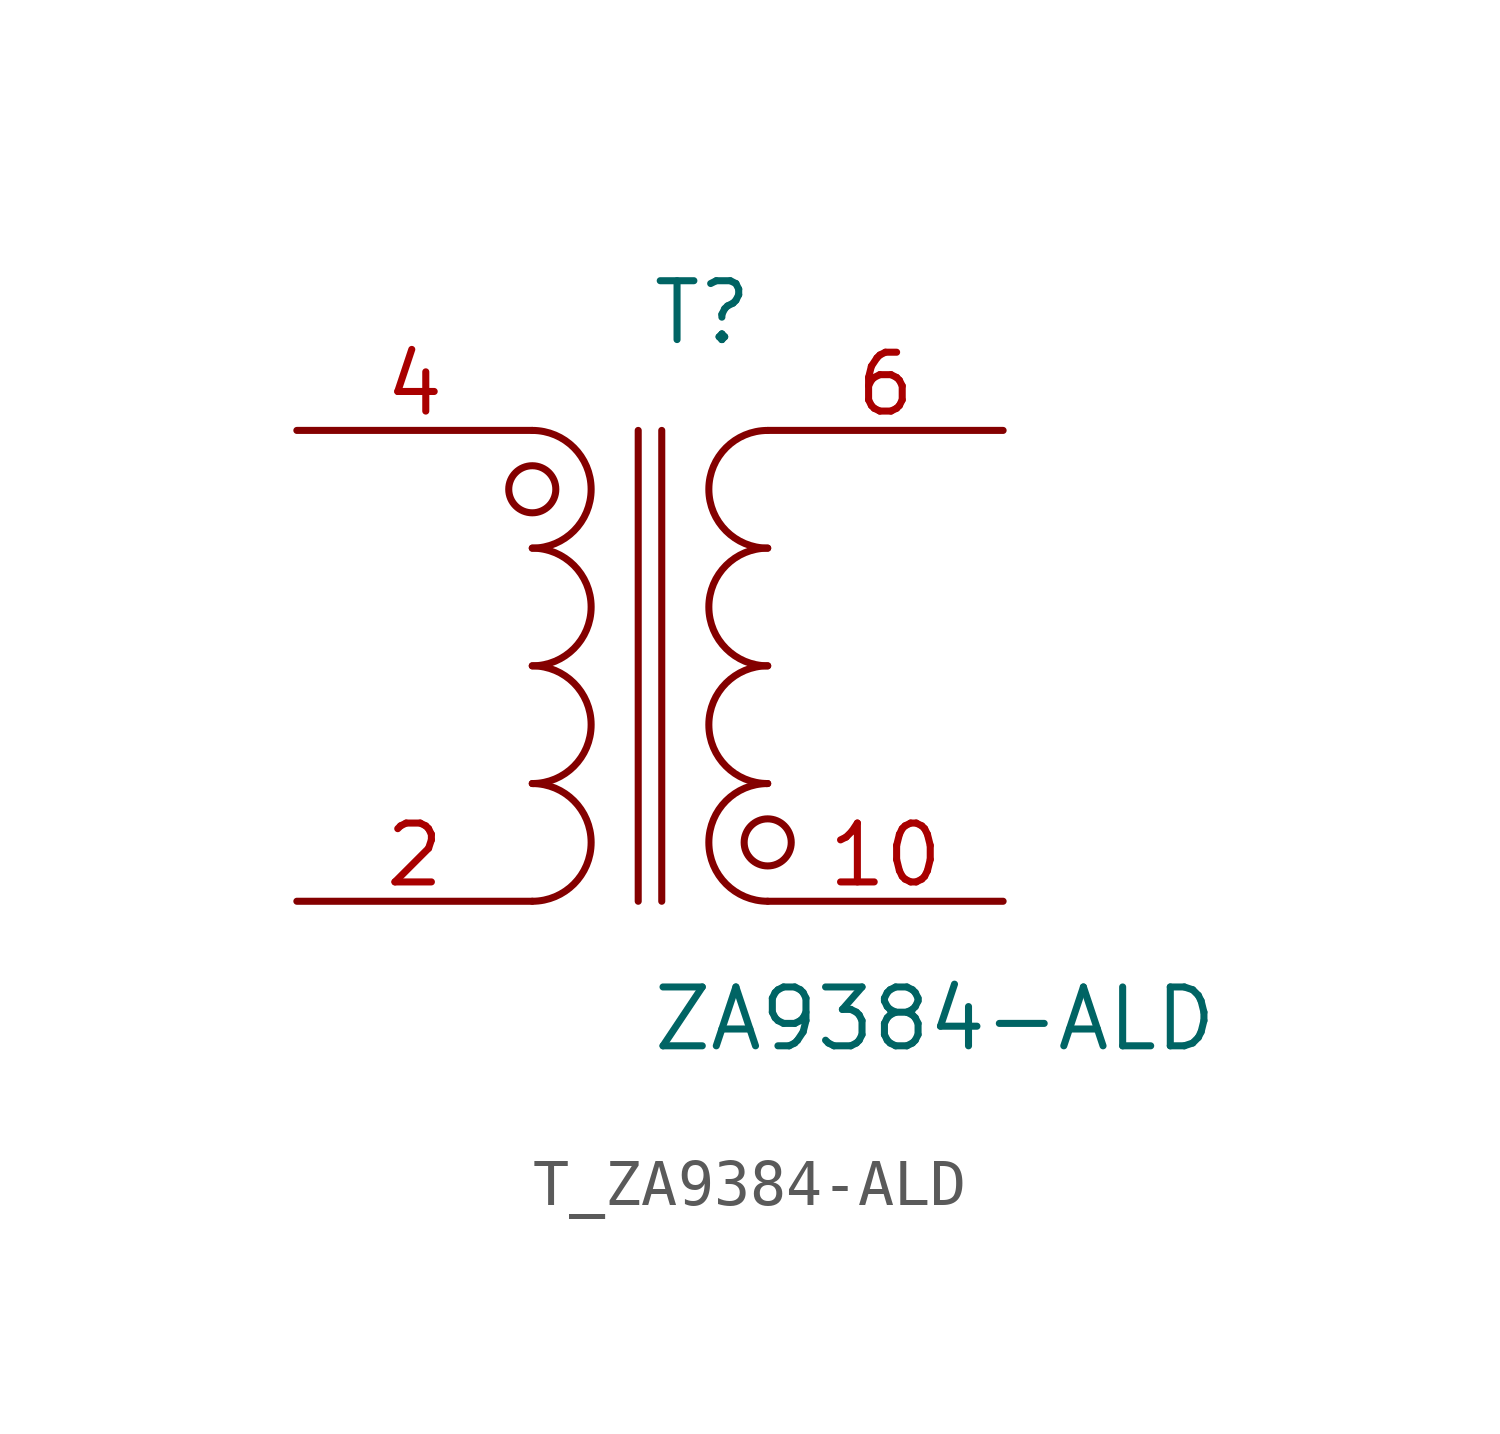
<source format=kicad_sym>
(kicad_symbol_lib
  (version 20231120)
  (generator kicad_symbol_editor)
  (generator_version 8.0)
  (symbol "T_ZA9384-ALD"
    (pin_names
      (offset 0.254))
    (property "Value" "ZA9384-ALD"
      (at 0 -7.62 0)
      (effects (font (size 1.27 1.27)) (justify left)))
    (property "Reference" "T"
      (at 0 7.62 0)
      (effects (font (size 1.27 1.27)) (justify left)))
    (symbol "T_ZA9384-ALD_0_1"
      (arc (start -2.54 -5.08) (mid -1.27 -3.81) (end -2.54 -2.54) (stroke (width 0) (type default)) (fill (type none)))
      (arc (start -2.54 -2.54) (mid -1.27 -1.27) (end -2.54 0.0) (stroke (width 0) (type default)) (fill (type none)))
      (arc (start -2.54 0.0) (mid -1.27 1.27) (end -2.54 2.54) (stroke (width 0) (type default)) (fill (type none)))
      (arc (start -2.54 2.54) (mid -1.27 3.81) (end -2.54 5.08) (stroke (width 0) (type default)) (fill (type none)))
      (arc (start 2.54 5.08) (mid 1.27 3.81) (end 2.54 2.54) (stroke (width 0) (type default)) (fill (type none)))
      (arc (start 2.54 2.54) (mid 1.27 1.27) (end 2.54 0.0) (stroke (width 0) (type default)) (fill (type none)))
      (arc (start 2.54 0.0) (mid 1.27 -1.27) (end 2.54 -2.54) (stroke (width 0) (type default)) (fill (type none)))
      (arc (start 2.54 -2.54) (mid 1.27 -3.81) (end 2.54 -5.08) (stroke (width 0) (type default)) (fill (type none)))
      (circle (center -2.54 3.81) (radius 0.508) (stroke (width 0) (type default)) (fill (type none)))
      (circle (center 2.54 -3.81) (radius 0.508) (stroke (width 0) (type default)) (fill (type none)))
      (polyline (pts (xy -0.254 5.08) (xy -0.254 -5.08)) (stroke (width 0) (type default)) (fill (type none)))
      (polyline (pts (xy 0.254 5.08) (xy 0.254 -5.08)) (stroke (width 0) (type default)) (fill (type none)))
      (pin unspecified line (at -7.62 5.08 0) (length 5.08) (name "" (effects (font (size 1.27 1.27)))) (number "4" (effects (font (size 1.27 1.27)))))
      (pin no_connect line (at -7.62 2.54 0) (length 2.54) (name "" (effects (font (size 1.27 1.27)))) (number "5" (effects (font (size 1.27 1.27)))) hide)
      (pin no_connect line (at -7.62 0.0 0) (length 2.54) (name "" (effects (font (size 1.27 1.27)))) (number "3" (effects (font (size 1.27 1.27)))) hide)
      (pin no_connect line (at -7.62 -2.54 0) (length 2.54) (name "" (effects (font (size 1.27 1.27)))) (number "1" (effects (font (size 1.27 1.27)))) hide)
      (pin unspecified line (at -7.62 -5.08 0) (length 5.08) (name "" (effects (font (size 1.27 1.27)))) (number "2" (effects (font (size 1.27 1.27)))))
      (pin unspecified line (at 7.62 5.08 180) (length 5.08) (name "" (effects (font (size 1.27 1.27)))) (number "6" (effects (font (size 1.27 1.27)))))
      (pin no_connect line (at 7.62 2.54 180) (length 2.54) (name "" (effects (font (size 1.27 1.27)))) (number "7" (effects (font (size 1.27 1.27)))) hide)
      (pin no_connect line (at 7.62 0.0 180) (length 2.54) (name "" (effects (font (size 1.27 1.27)))) (number "8" (effects (font (size 1.27 1.27)))) hide)
      (pin no_connect line (at 7.62 -2.54 180) (length 2.54) (name "" (effects (font (size 1.27 1.27)))) (number "9" (effects (font (size 1.27 1.27)))) hide)
      (pin unspecified line (at 7.62 -5.08 180) (length 5.08) (name "" (effects (font (size 1.27 1.27)))) (number "10" (effects (font (size 1.27 1.27))))))))
</source>
